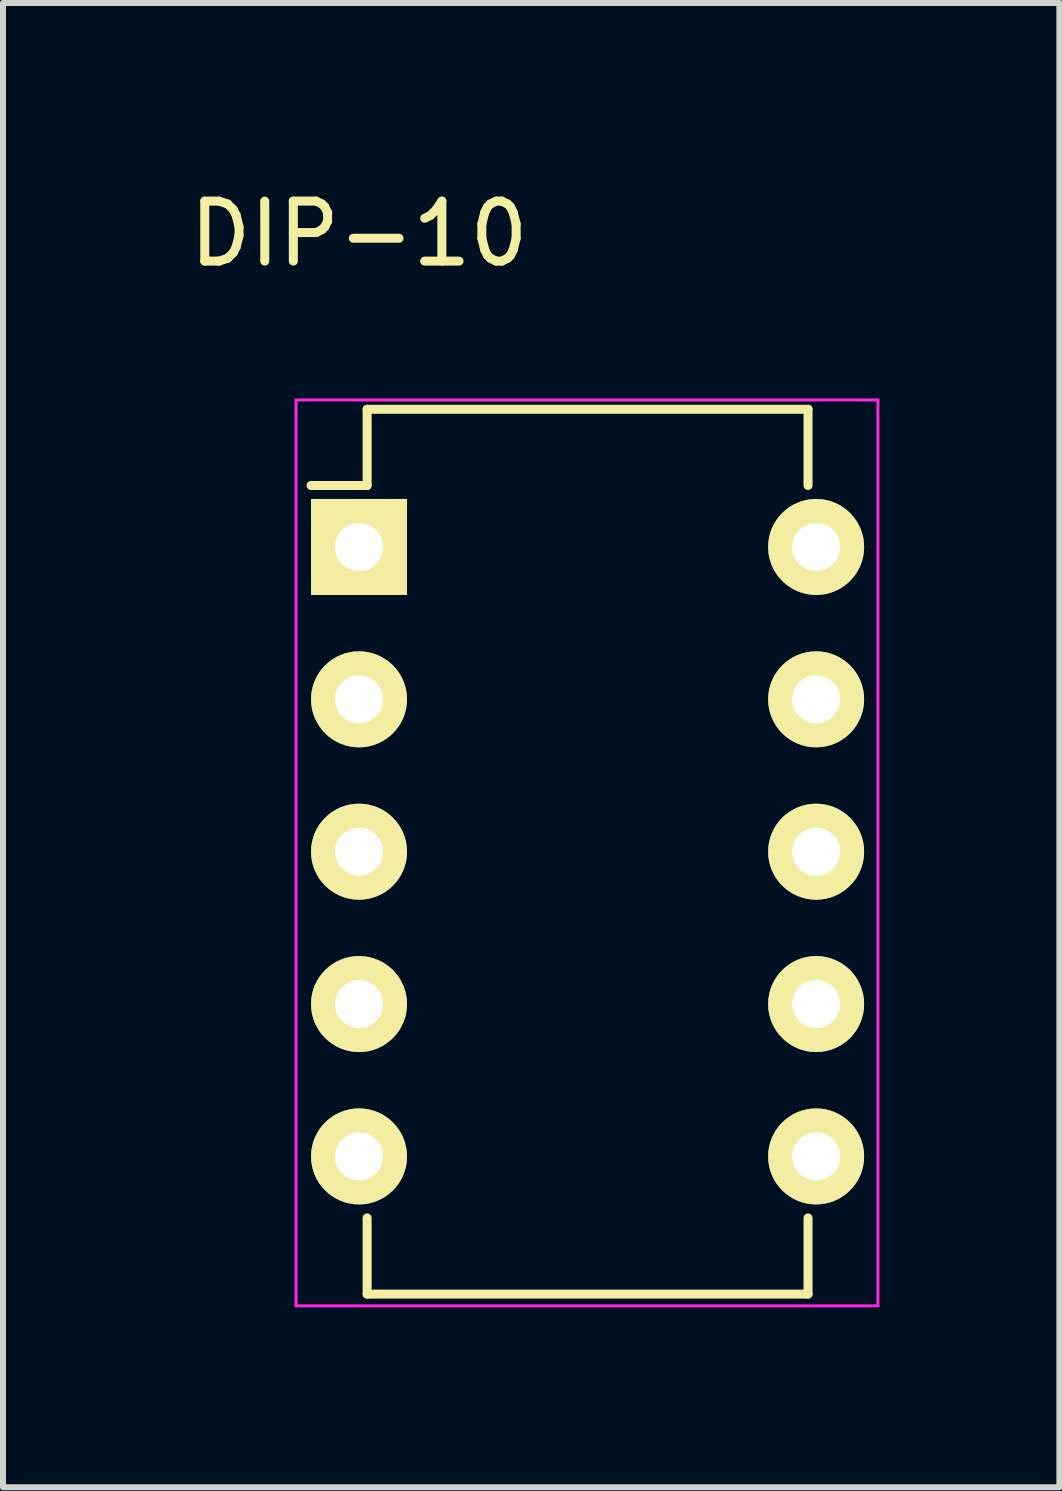
<source format=kicad_pcb>
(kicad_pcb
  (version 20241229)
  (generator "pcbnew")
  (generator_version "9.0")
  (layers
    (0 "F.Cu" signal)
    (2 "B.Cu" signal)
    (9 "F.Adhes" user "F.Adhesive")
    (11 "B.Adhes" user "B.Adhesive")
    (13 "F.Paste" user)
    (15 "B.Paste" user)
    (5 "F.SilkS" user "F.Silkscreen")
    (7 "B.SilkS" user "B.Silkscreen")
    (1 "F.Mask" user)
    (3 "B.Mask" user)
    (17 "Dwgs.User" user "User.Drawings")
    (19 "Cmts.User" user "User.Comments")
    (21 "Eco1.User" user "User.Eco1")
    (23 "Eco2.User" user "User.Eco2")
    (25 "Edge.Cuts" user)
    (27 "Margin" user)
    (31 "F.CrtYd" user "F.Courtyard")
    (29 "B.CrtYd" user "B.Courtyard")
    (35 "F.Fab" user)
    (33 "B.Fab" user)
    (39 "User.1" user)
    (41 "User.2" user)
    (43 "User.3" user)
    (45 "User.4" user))
  (footprint "DIP-10"
    (layer "F.Cu")
    (at 2.935 6.068)
    (property "Reference" "DIP-10" (at 0 -5.22 0) (layer "F.SilkS") (effects (font (size 1 1) (thickness 0.15))))
    (attr through_hole)
    (fp_line (start 0.135 -2.295) (end 0.135 -1.025) (stroke (width 0.15) (type solid)) (layer "F.SilkS"))
    (fp_line (start 0.135 -2.295) (end 7.485 -2.295) (stroke (width 0.15) (type solid)) (layer "F.SilkS"))
    (fp_line (start 0.135 -1.025) (end -0.8 -1.025) (stroke (width 0.15) (type solid)) (layer "F.SilkS"))
    (fp_line (start 0.135 12.455) (end 0.135 11.185) (stroke (width 0.15) (type solid)) (layer "F.SilkS"))
    (fp_line (start 0.135 12.455) (end 7.485 12.455) (stroke (width 0.15) (type solid)) (layer "F.SilkS"))
    (fp_line (start 7.485 -2.295) (end 7.485 -1.025) (stroke (width 0.15) (type solid)) (layer "F.SilkS"))
    (fp_line (start 7.485 12.455) (end 7.485 11.185) (stroke (width 0.15) (type solid)) (layer "F.SilkS"))
    (fp_line (start -1.05 -2.45) (end -1.05 12.65) (stroke (width 0.05) (type solid)) (layer "F.CrtYd"))
    (fp_line (start -1.05 -2.45) (end 8.65 -2.45) (stroke (width 0.05) (type solid)) (layer "F.CrtYd"))
    (fp_line (start -1.05 12.65) (end 8.65 12.65) (stroke (width 0.05) (type solid)) (layer "F.CrtYd"))
    (fp_line (start 8.65 -2.45) (end 8.65 12.65) (stroke (width 0.05) (type solid)) (layer "F.CrtYd"))
    (pad "1" thru_hole rect (at 0 0) (size 1.6 1.6) (drill 0.8) (layers "*.Cu" "*.Mask" "F.SilkS"))
    (pad "2" thru_hole oval (at 0 2.54) (size 1.6 1.6) (drill 0.8) (layers "*.Cu" "*.Mask" "F.SilkS"))
    (pad "3" thru_hole oval (at 0 5.08) (size 1.6 1.6) (drill 0.8) (layers "*.Cu" "*.Mask" "F.SilkS"))
    (pad "4" thru_hole oval (at 0 7.62) (size 1.6 1.6) (drill 0.8) (layers "*.Cu" "*.Mask" "F.SilkS"))
    (pad "5" thru_hole oval (at 0 10.16) (size 1.6 1.6) (drill 0.8) (layers "*.Cu" "*.Mask" "F.SilkS"))
    (pad "6" thru_hole oval (at 7.62 10.16) (size 1.6 1.6) (drill 0.8) (layers "*.Cu" "*.Mask" "F.SilkS"))
    (pad "7" thru_hole oval (at 7.62 7.62) (size 1.6 1.6) (drill 0.8) (layers "*.Cu" "*.Mask" "F.SilkS"))
    (pad "8" thru_hole oval (at 7.62 5.08) (size 1.6 1.6) (drill 0.8) (layers "*.Cu" "*.Mask" "F.SilkS"))
    (pad "9" thru_hole oval (at 7.62 2.54) (size 1.6 1.6) (drill 0.8) (layers "*.Cu" "*.Mask" "F.SilkS"))
    (pad "10" thru_hole oval (at 7.62 0) (size 1.6 1.6) (drill 0.8) (layers "*.Cu" "*.Mask" "F.SilkS")))
  (gr_rect
    (start -3 -3)
    (end 14.61 21.743)
    (stroke (width 0.1) (type default))
    (fill no)
    (layer "Edge.Cuts")))
</source>
